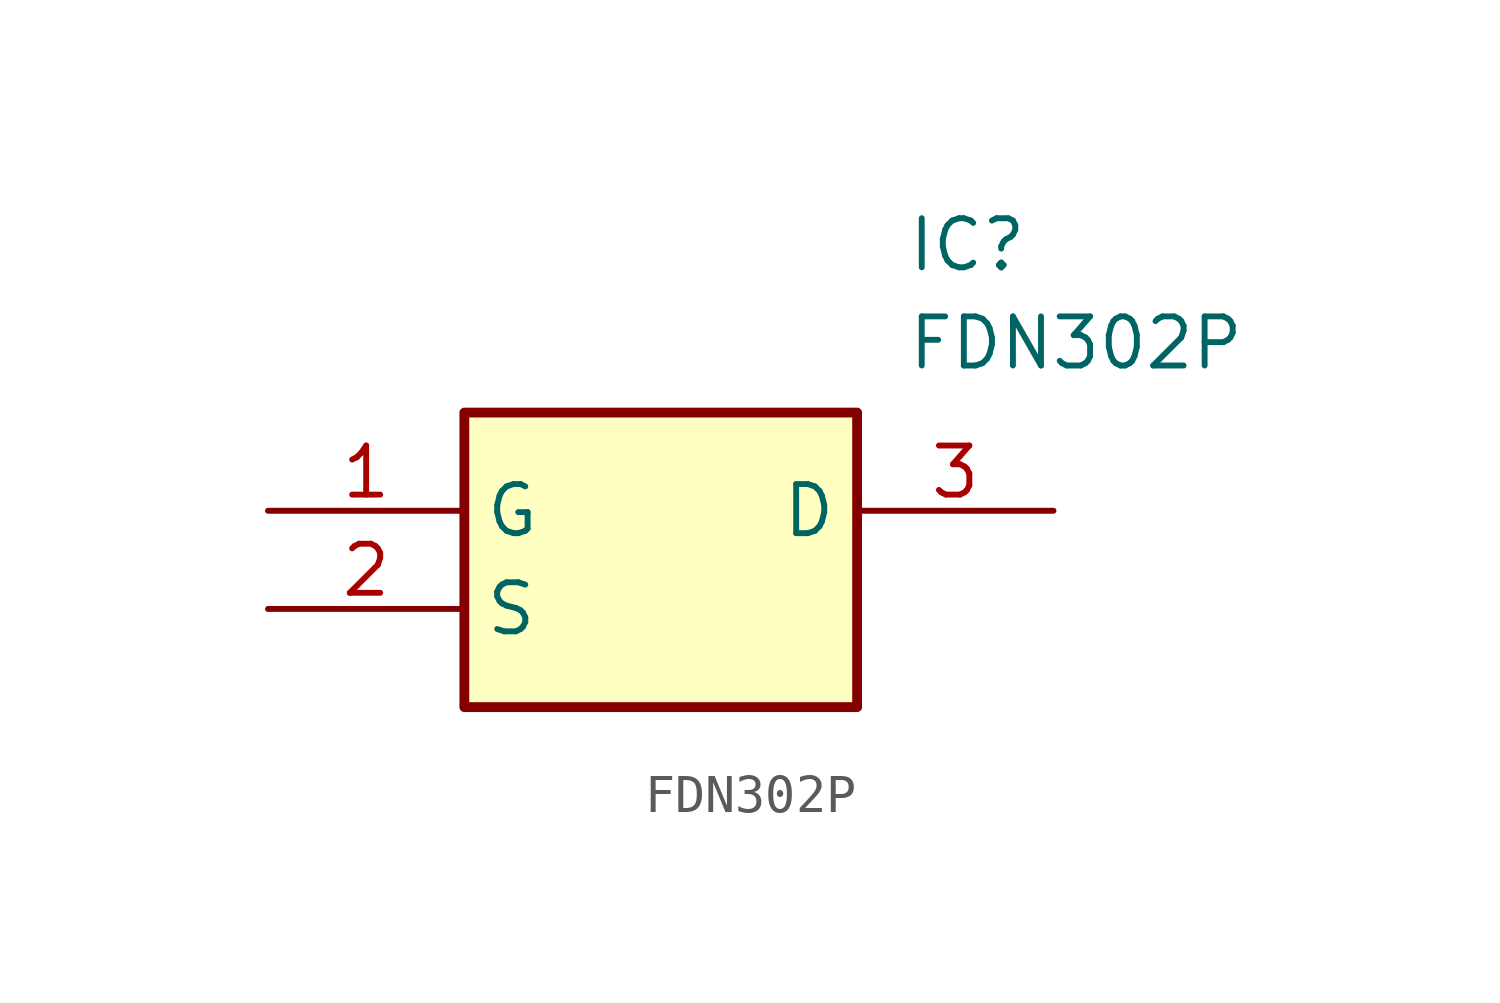
<source format=kicad_sym>
(kicad_symbol_lib
  (version 20220914)
  (generator kicad_symbol_editor)
  (symbol "FDN302P"
    (property "Reference" "IC"
      (at 16.51 7.62 0)
      (effects (font (size 1.27 1.27)) (justify left top)))
    (property "Value" "FDN302P"
      (at 16.51 5.08 0)
      (effects (font (size 1.27 1.27)) (justify left top)))
    (symbol "FDN302P_1_1"
      (rectangle (start 5.08 2.54) (end 15.24 -5.08) (stroke (width 0.254) (type default)) (fill (type background)))
      (pin passive line (at 0 0 0) (length 5.08) (name "G" (effects (font (size 1.27 1.27)))) (number "1" (effects (font (size 1.27 1.27)))))
      (pin passive line (at 0 -2.54 0) (length 5.08) (name "S" (effects (font (size 1.27 1.27)))) (number "2" (effects (font (size 1.27 1.27)))))
      (pin passive line (at 20.32 0 180) (length 5.08) (name "D" (effects (font (size 1.27 1.27)))) (number "3" (effects (font (size 1.27 1.27))))))))
</source>
